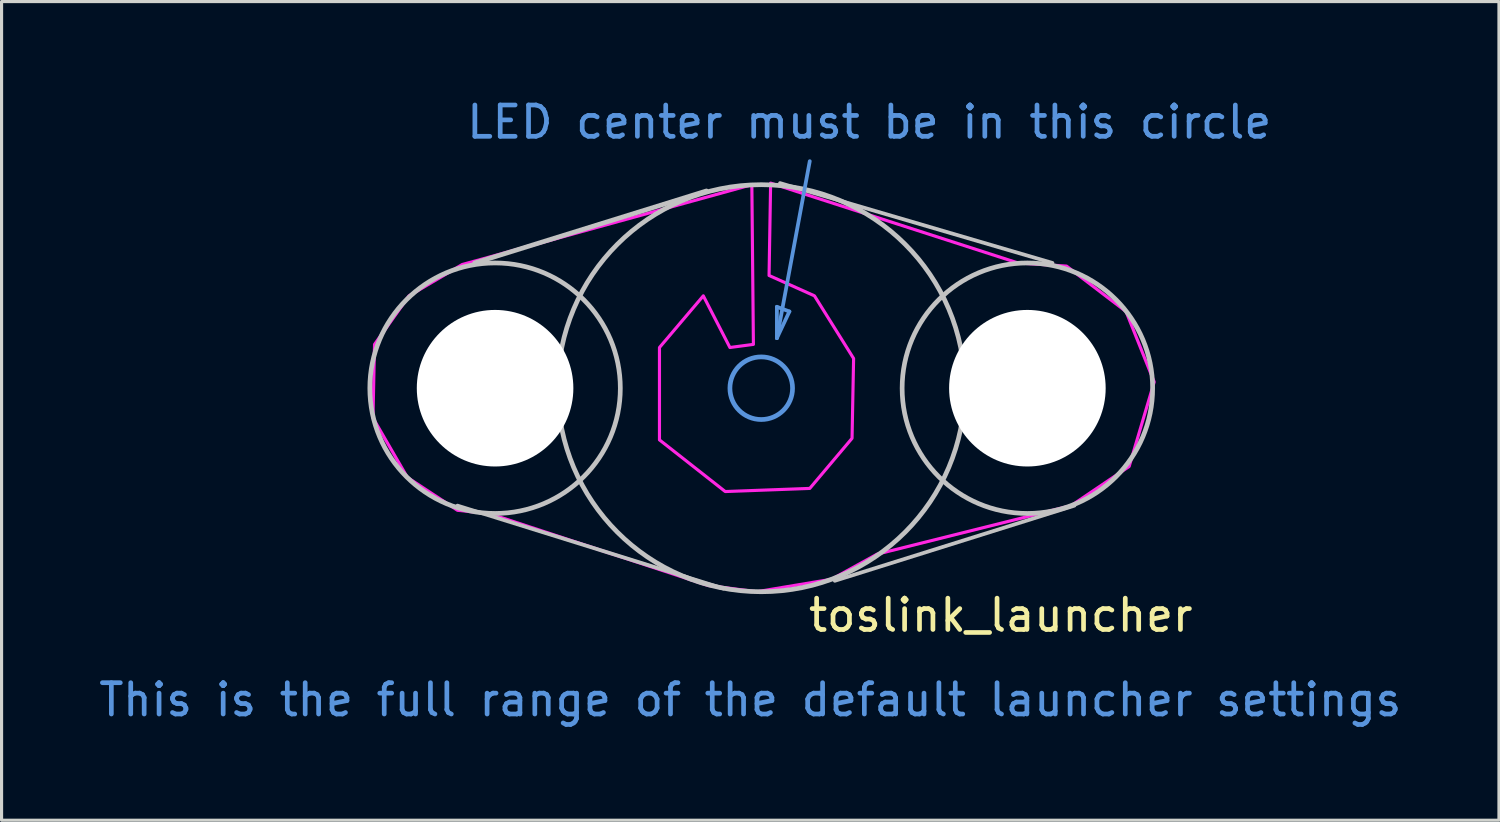
<source format=kicad_pcb>
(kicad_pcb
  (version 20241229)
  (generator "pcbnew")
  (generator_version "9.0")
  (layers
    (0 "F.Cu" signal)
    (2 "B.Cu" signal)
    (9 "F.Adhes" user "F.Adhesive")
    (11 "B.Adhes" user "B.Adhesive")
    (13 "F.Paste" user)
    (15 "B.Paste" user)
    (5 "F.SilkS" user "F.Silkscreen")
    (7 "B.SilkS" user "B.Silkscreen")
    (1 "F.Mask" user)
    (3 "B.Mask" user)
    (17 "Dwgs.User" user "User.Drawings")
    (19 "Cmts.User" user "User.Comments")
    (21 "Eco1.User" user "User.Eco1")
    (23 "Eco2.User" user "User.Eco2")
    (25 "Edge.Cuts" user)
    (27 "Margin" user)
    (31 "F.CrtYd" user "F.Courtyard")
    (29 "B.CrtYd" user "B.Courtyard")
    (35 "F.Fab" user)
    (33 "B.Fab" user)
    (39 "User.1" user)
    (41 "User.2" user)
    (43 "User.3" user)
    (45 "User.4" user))
  (footprint "toslink_launcher"
    (layer "F.Cu")
    (at 21.261 9.348)
    (property "Reference" "toslink_launcher" (at 7.65 7.25 0) (layer "F.SilkS") (effects (font (size 1 1) (thickness 0.15))))
    (attr through_hole)
    (fp_line (start -9.7 3.75) (end -1.2 6.4) (stroke (width 0.12) (type solid)) (layer "Dwgs.User"))
    (fp_line (start -9.15 -4) (end -1.75 -6.3) (stroke (width 0.15) (type solid)) (layer "Dwgs.User"))
    (fp_line (start 2.35 6.15) (end 10 3.75) (stroke (width 0.12) (type solid)) (layer "Dwgs.User"))
    (fp_line (start 9.3 -4) (end 0.6 -6.55) (stroke (width 0.12) (type solid)) (layer "Dwgs.User"))
    (fp_circle (center -8.5 0) (end -4.5 0) (stroke (width 0.15) (type solid)) (fill no) (layer "Dwgs.User"))
    (fp_circle (center 0 0) (end 6.5 0) (stroke (width 0.15) (type solid)) (fill no) (layer "Dwgs.User"))
    (fp_circle (center 8.5 0) (end 12.5 0) (stroke (width 0.15) (type solid)) (fill no) (layer "Dwgs.User"))
    (fp_line (start 0.5 -2.6) (end 0.9 -2.45) (stroke (width 0.12) (type solid)) (layer "Cmts.User"))
    (fp_line (start 0.5 -1.6) (end 0.5 -2.6) (stroke (width 0.12) (type solid)) (layer "Cmts.User"))
    (fp_line (start 0.9 -2.45) (end 0.5 -1.6) (stroke (width 0.12) (type solid)) (layer "Cmts.User"))
    (fp_line (start 1.55 -7.25) (end 0.5 -1.6) (stroke (width 0.12) (type solid)) (layer "Cmts.User"))
    (fp_circle (center 0 0) (end 1 0) (stroke (width 0.15) (type solid)) (fill no) (layer "Cmts.User"))
    (fp_poly (pts (xy 8.2 -4) (xy 9.75 -3.9) (xy 11.65 -2.45) (xy 12.55 -0.2) (xy 11.75 2.5) (xy 9.9 3.75) (xy 3.7 5.3) (xy 2.25 6.1) (xy -0.15 6.5) (xy -1.7 6.3) (xy -8.7 4) (xy -9.7 3.9) (xy -11.3 2.85) (xy -12.4 0.95) (xy -12.35 -1.4) (xy -11.25 -2.95) (xy -9.55 -3.95) (xy -0.3 -6.5) (xy -0.25 -1.4) (xy -1 -1.3) (xy -1.85 -2.95) (xy -3.25 -1.3) (xy -3.25 1.65) (xy -1.15 3.3) (xy 1.55 3.2) (xy 2.9 1.6) (xy 2.95 -0.95) (xy 1.7 -2.95) (xy 0.25 -3.6) (xy 0.3 -6.55)) (stroke (width 0.1) (type solid)) (fill no) (layer "F.CrtYd"))
    (fp_text user "LED center must be in this circle" (at 3.45 -8.5 0) (layer "Cmts.User") (effects (font (size 1 1) (thickness 0.15))))
    (fp_text user "This is the full range of the default launcher settings" (at -0.35 9.95 0) (layer "Cmts.User") (effects (font (size 1 1) (thickness 0.15))))
    (pad "" np_thru_hole circle (at -8.5 0) (size 5 5) (drill 5) (layers "*.Cu" "*.Mask"))
    (pad "" np_thru_hole circle (at 8.5 0) (size 5 5) (drill 5) (layers "*.Cu" "*.Mask")))
  (gr_rect
    (start -3 -3)
    (end 44.821 23.146)
    (stroke (width 0.1) (type default))
    (fill no)
    (layer "Edge.Cuts")))
</source>
